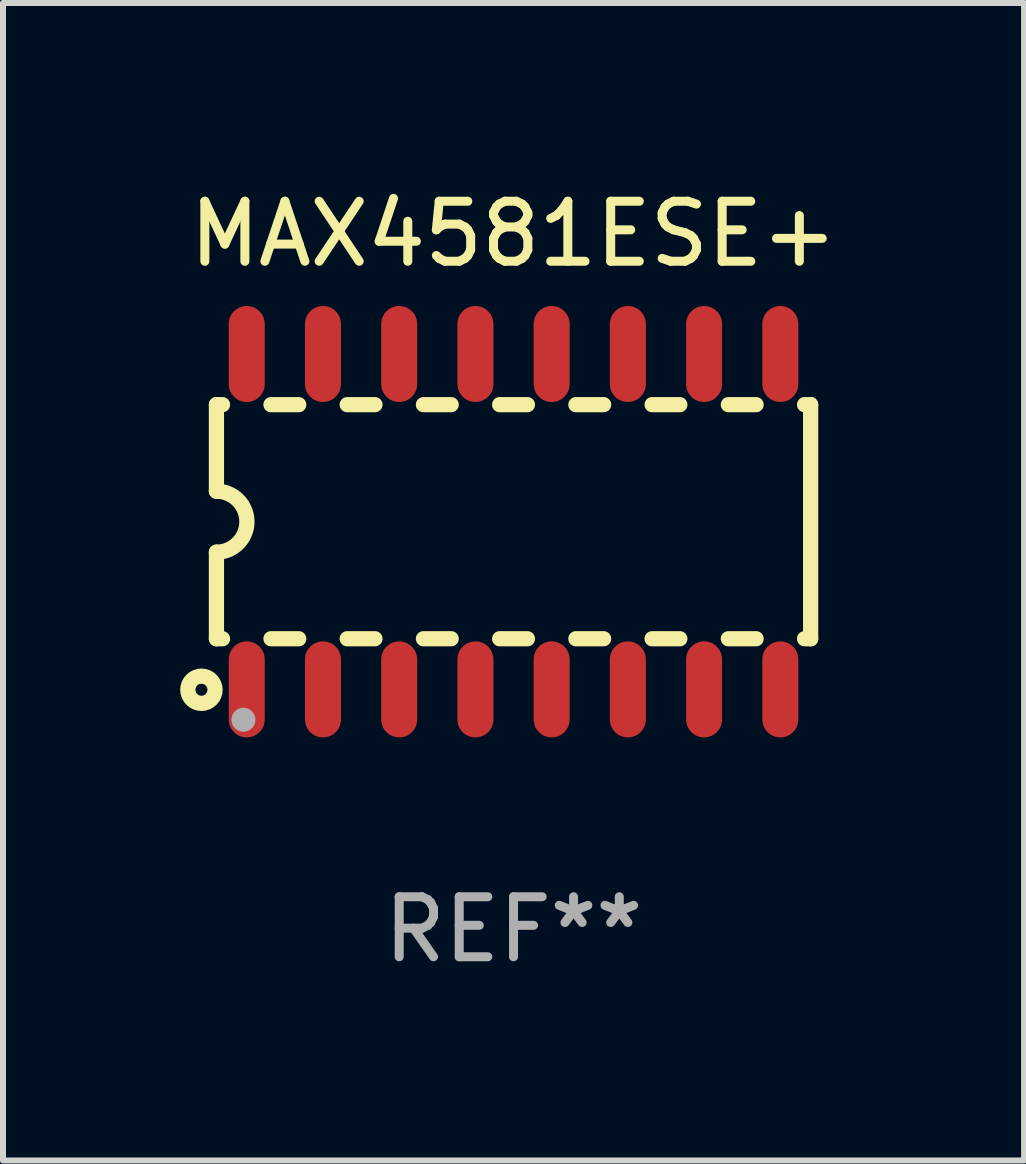
<source format=kicad_pcb>
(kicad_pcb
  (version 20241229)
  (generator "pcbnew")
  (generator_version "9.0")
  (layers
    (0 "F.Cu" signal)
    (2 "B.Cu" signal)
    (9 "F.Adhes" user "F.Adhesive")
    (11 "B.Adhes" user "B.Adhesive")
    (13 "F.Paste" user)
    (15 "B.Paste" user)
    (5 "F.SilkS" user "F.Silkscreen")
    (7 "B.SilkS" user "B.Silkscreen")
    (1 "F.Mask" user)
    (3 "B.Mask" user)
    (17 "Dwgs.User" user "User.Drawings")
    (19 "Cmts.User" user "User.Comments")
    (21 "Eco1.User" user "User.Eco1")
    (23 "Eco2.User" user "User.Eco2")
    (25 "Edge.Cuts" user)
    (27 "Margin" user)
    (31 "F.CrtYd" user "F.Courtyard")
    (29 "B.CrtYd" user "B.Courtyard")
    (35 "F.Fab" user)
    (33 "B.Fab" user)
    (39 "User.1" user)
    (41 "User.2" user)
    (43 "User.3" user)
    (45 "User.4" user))
  (footprint "MAX4581ESE+"
    (layer "F.Cu")
    (at 5.506 5.642)
    (property "Reference" "MAX4581ESE+" (at 0 -4.794 0) (layer "F.SilkS") (effects (font (size 1 1) (thickness 0.15))))
    (attr through_hole)
    (fp_line (start -4.95 -1.95) (end -4.95 -0.508) (stroke (width 0.254) (type solid)) (layer "F.SilkS"))
    (fp_line (start -4.95 -1.95) (end -4.849 -1.95) (stroke (width 0.254) (type solid)) (layer "F.SilkS"))
    (fp_line (start -4.95 1.95) (end -4.95 0.508) (stroke (width 0.254) (type solid)) (layer "F.SilkS"))
    (fp_line (start -4.95 1.95) (end -4.849 1.95) (stroke (width 0.254) (type solid)) (layer "F.SilkS"))
    (fp_line (start -4.041 -1.95) (end -3.579 -1.95) (stroke (width 0.254) (type solid)) (layer "F.SilkS"))
    (fp_line (start -4.041 1.95) (end -3.579 1.95) (stroke (width 0.254) (type solid)) (layer "F.SilkS"))
    (fp_line (start -2.771 -1.95) (end -2.309 -1.95) (stroke (width 0.254) (type solid)) (layer "F.SilkS"))
    (fp_line (start -2.771 1.95) (end -2.309 1.95) (stroke (width 0.254) (type solid)) (layer "F.SilkS"))
    (fp_line (start -1.501 -1.95) (end -1.039 -1.95) (stroke (width 0.254) (type solid)) (layer "F.SilkS"))
    (fp_line (start -1.501 1.95) (end -1.039 1.95) (stroke (width 0.254) (type solid)) (layer "F.SilkS"))
    (fp_line (start -0.231 -1.95) (end 0.231 -1.95) (stroke (width 0.254) (type solid)) (layer "F.SilkS"))
    (fp_line (start -0.231 1.95) (end 0.231 1.95) (stroke (width 0.254) (type solid)) (layer "F.SilkS"))
    (fp_line (start 1.039 -1.95) (end 1.501 -1.95) (stroke (width 0.254) (type solid)) (layer "F.SilkS"))
    (fp_line (start 1.039 1.95) (end 1.501 1.95) (stroke (width 0.254) (type solid)) (layer "F.SilkS"))
    (fp_line (start 2.309 -1.95) (end 2.771 -1.95) (stroke (width 0.254) (type solid)) (layer "F.SilkS"))
    (fp_line (start 2.309 1.95) (end 2.771 1.95) (stroke (width 0.254) (type solid)) (layer "F.SilkS"))
    (fp_line (start 3.579 -1.95) (end 4.041 -1.95) (stroke (width 0.254) (type solid)) (layer "F.SilkS"))
    (fp_line (start 3.579 1.95) (end 4.041 1.95) (stroke (width 0.254) (type solid)) (layer "F.SilkS"))
    (fp_line (start 4.849 -1.95) (end 4.95 -1.95) (stroke (width 0.254) (type solid)) (layer "F.SilkS"))
    (fp_line (start 4.849 1.95) (end 4.95 1.95) (stroke (width 0.254) (type solid)) (layer "F.SilkS"))
    (fp_line (start 4.95 -1.95) (end 4.95 1.95) (stroke (width 0.254) (type solid)) (layer "F.SilkS"))
    (fp_arc (start -4.95047 -0.508001) (mid -4.442469 -0.000228) (end -4.950013 0.508001) (stroke (width 0.254001) (type solid)) (layer "F.SilkS"))
    (fp_circle (center -5.2 2.8) (end -5.1 2.8) (stroke (width 0.254) (type solid)) (fill no) (layer "F.SilkS"))
    (fp_circle (center -4.95 2.947) (end -4.92 2.947) (stroke (width 0.06) (type solid)) (fill no) (layer "F.SilkS"))
    (fp_circle (center -4.5 3.3) (end -4.4 3.3) (stroke (width 0.2) (type solid)) (fill no) (layer "F.Fab"))
    (fp_text user "REF**" (at 0 6.794 0) (layer "F.Fab") (effects (font (size 1 1) (thickness 0.15))))
    (pad "1" smd oval (at -4.445 2.794) (size 0.6 1.6) (layers "F.Cu" "F.Mask" "F.Paste"))
    (pad "2" smd oval (at -3.175 2.794) (size 0.6 1.6) (layers "F.Cu" "F.Mask" "F.Paste"))
    (pad "3" smd oval (at -1.905 2.794) (size 0.6 1.6) (layers "F.Cu" "F.Mask" "F.Paste"))
    (pad "4" smd oval (at -0.635 2.794) (size 0.6 1.6) (layers "F.Cu" "F.Mask" "F.Paste"))
    (pad "5" smd oval (at 0.635 2.794) (size 0.6 1.6) (layers "F.Cu" "F.Mask" "F.Paste"))
    (pad "6" smd oval (at 1.905 2.794) (size 0.6 1.6) (layers "F.Cu" "F.Mask" "F.Paste"))
    (pad "7" smd oval (at 3.175 2.794) (size 0.6 1.6) (layers "F.Cu" "F.Mask" "F.Paste"))
    (pad "8" smd oval (at 4.445 2.794) (size 0.6 1.6) (layers "F.Cu" "F.Mask" "F.Paste"))
    (pad "9" smd oval (at 4.445 -2.794) (size 0.6 1.6) (layers "F.Cu" "F.Mask" "F.Paste"))
    (pad "10" smd oval (at 3.175 -2.794) (size 0.6 1.6) (layers "F.Cu" "F.Mask" "F.Paste"))
    (pad "11" smd oval (at 1.905 -2.794) (size 0.6 1.6) (layers "F.Cu" "F.Mask" "F.Paste"))
    (pad "12" smd oval (at 0.635 -2.794) (size 0.6 1.6) (layers "F.Cu" "F.Mask" "F.Paste"))
    (pad "13" smd oval (at -0.635 -2.794) (size 0.6 1.6) (layers "F.Cu" "F.Mask" "F.Paste"))
    (pad "14" smd oval (at -1.905 -2.794) (size 0.6 1.6) (layers "F.Cu" "F.Mask" "F.Paste"))
    (pad "15" smd oval (at -3.175 -2.794) (size 0.6 1.6) (layers "F.Cu" "F.Mask" "F.Paste"))
    (pad "16" smd oval (at -4.445 -2.794) (size 0.6 1.6) (layers "F.Cu" "F.Mask" "F.Paste")))
  (gr_rect
    (start -3 -3)
    (end 14.012 16.285)
    (stroke (width 0.1) (type default))
    (fill no)
    (layer "Edge.Cuts")))
</source>
